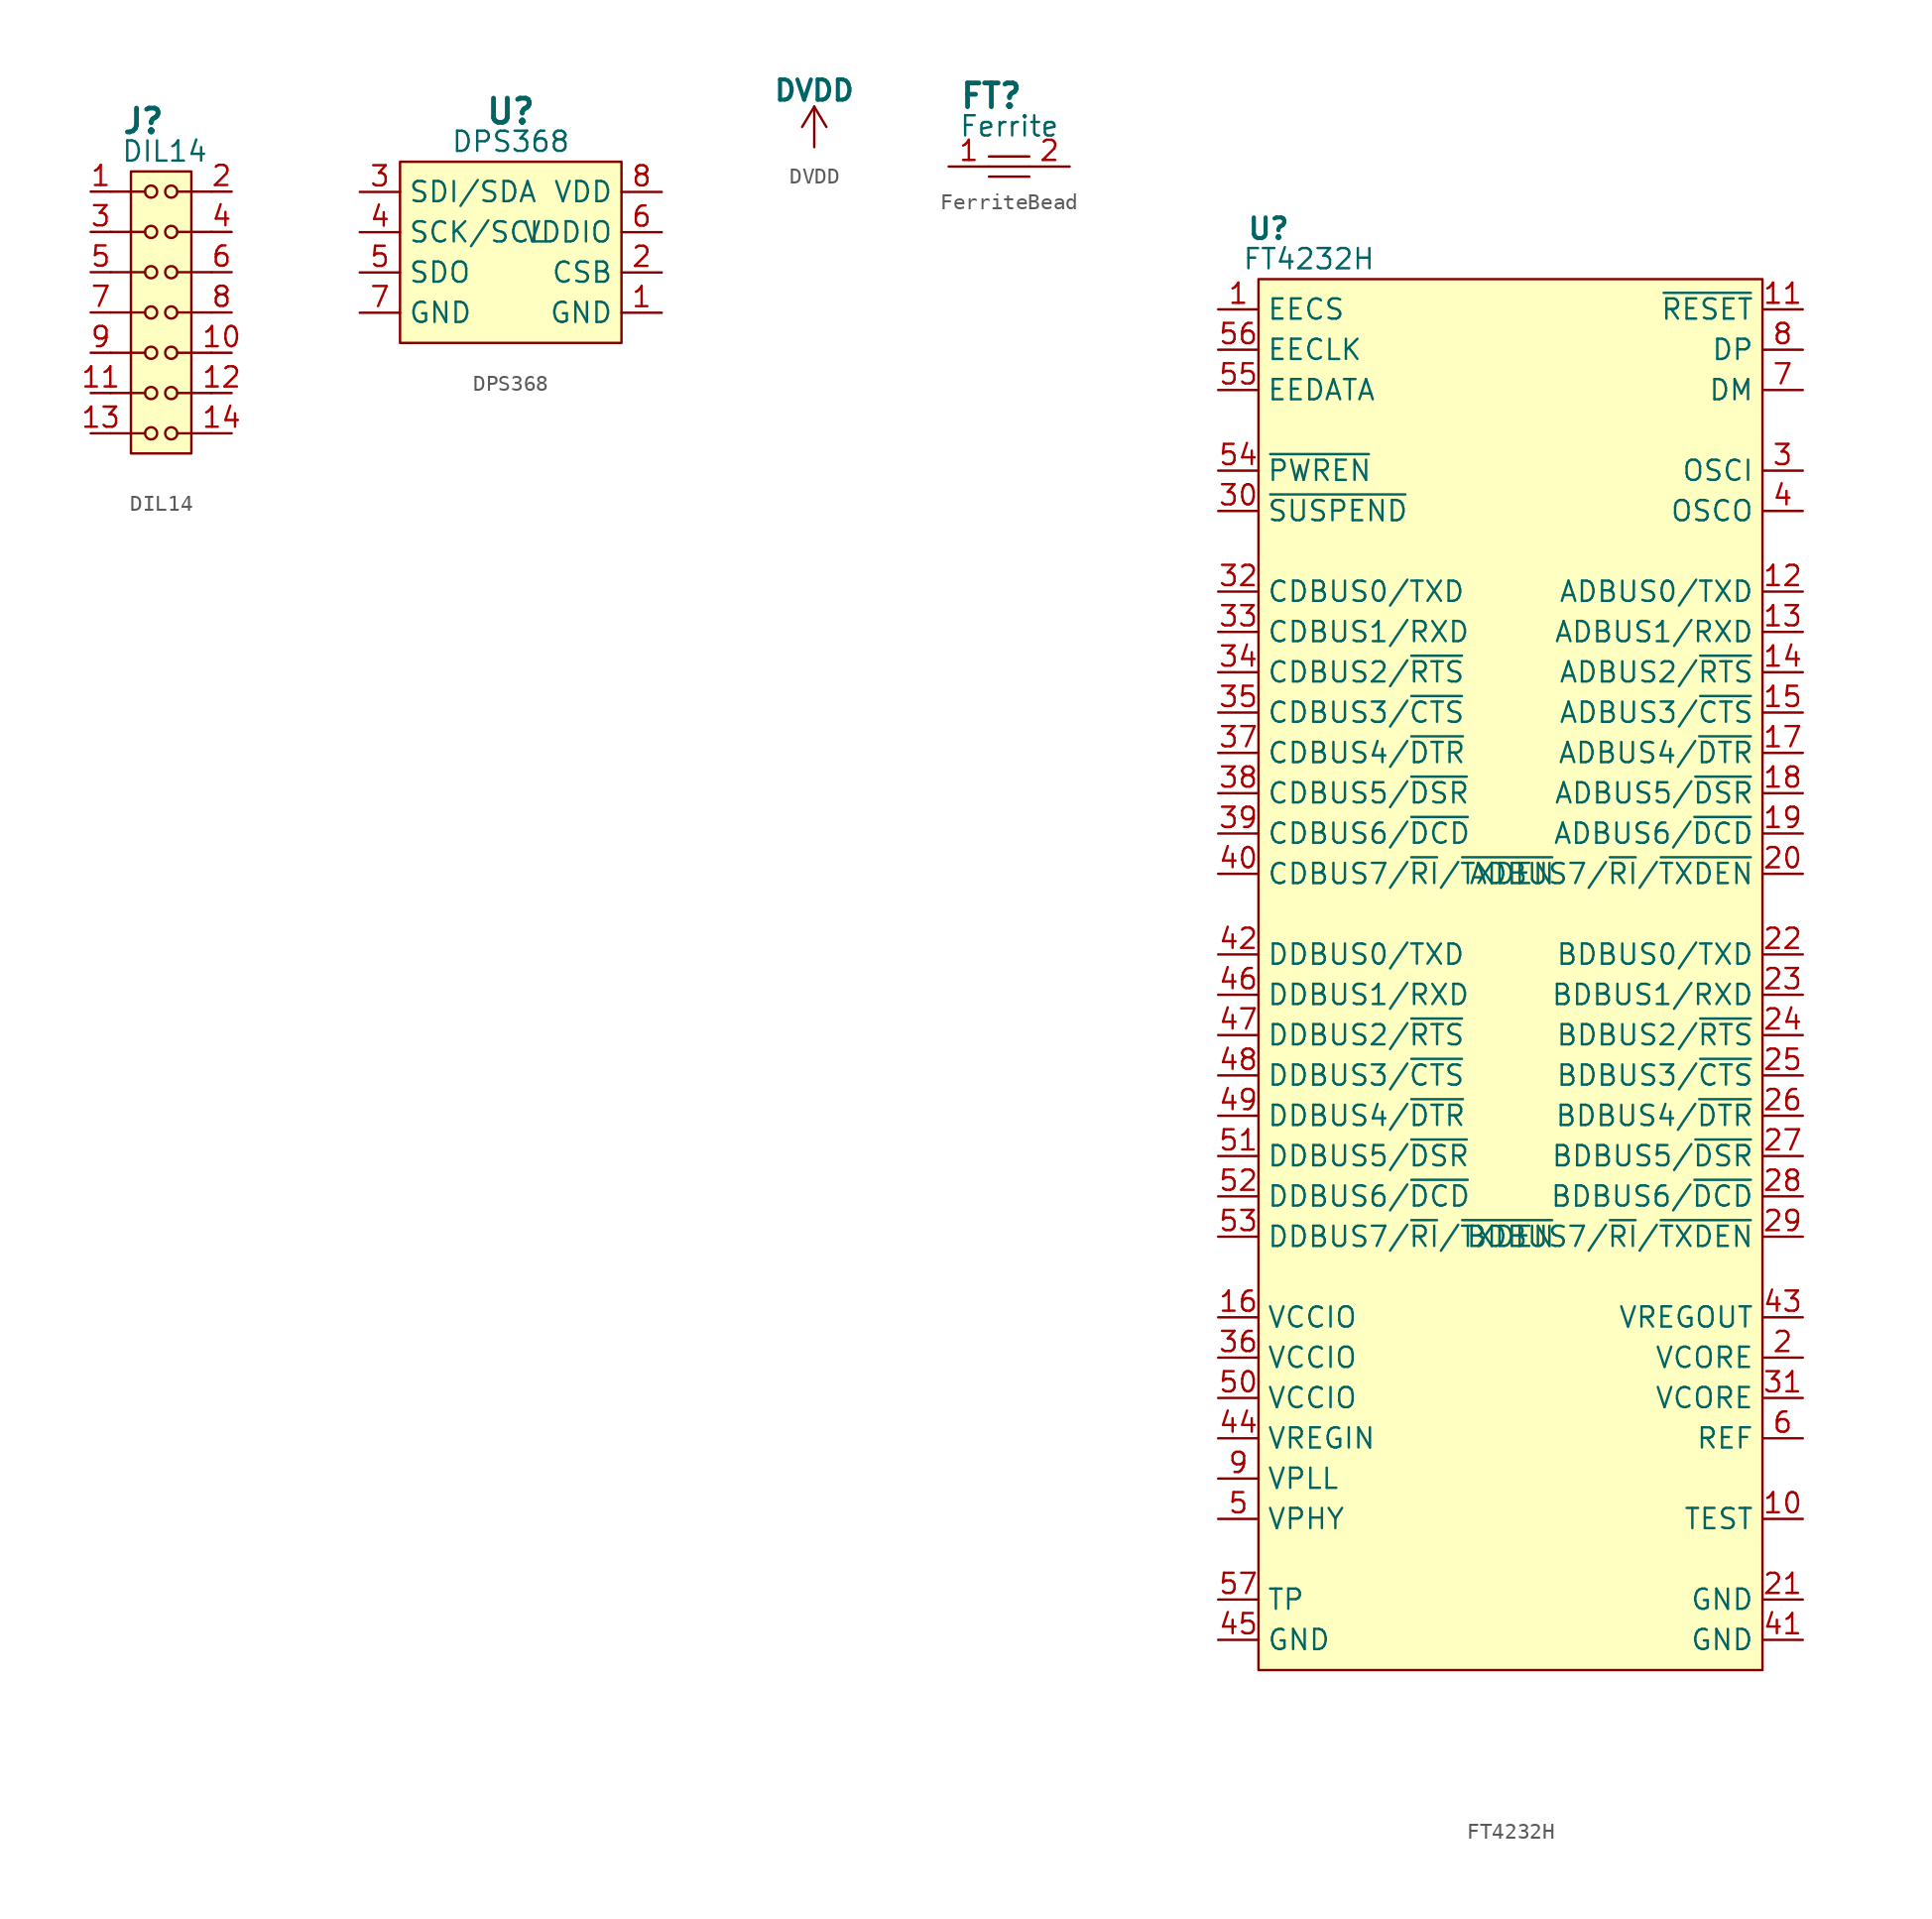
<source format=kicad_sym>
(kicad_symbol_lib
  (version 20231120)
  (generator "kicad_symbol_editor")
  (generator_version "8.0")
  (symbol "DIL14"
    (pin_names hide)
    (property "Reference" "J"
      (at -0.635 1.905 0)
      (effects (font (size 1.5 1.5) (bold yes)) (justify left)))
    (property "Value" "DIL14"
      (at -0.635 0 0)
      (effects (font (size 1.27 1.27)) (justify left)))
    (symbol "DIL14_0_0"
      (polyline (pts (xy -1.27 -17.78) (xy 0.889 -17.78)) (stroke (width 0) (type default)) (fill (type none)))
      (polyline (pts (xy -1.27 -15.24) (xy 0.889 -15.24)) (stroke (width 0) (type default)) (fill (type none)))
      (polyline (pts (xy -1.27 -12.7) (xy 0.889 -12.7)) (stroke (width 0) (type default)) (fill (type none)))
      (polyline (pts (xy -1.27 -10.16) (xy 0.889 -10.16)) (stroke (width 0) (type default)) (fill (type none)))
      (polyline (pts (xy -1.27 -7.62) (xy 0.889 -7.62)) (stroke (width 0) (type default)) (fill (type none)))
      (polyline (pts (xy -1.27 -5.08) (xy 0.889 -5.08)) (stroke (width 0) (type default)) (fill (type none)))
      (polyline (pts (xy -1.27 -2.54) (xy 0.889 -2.54)) (stroke (width 0) (type default)) (fill (type none)))
      (polyline (pts (xy 5.08 -17.78) (xy 2.921 -17.78)) (stroke (width 0) (type default)) (fill (type none)))
      (polyline (pts (xy 5.08 -15.24) (xy 2.921 -15.24)) (stroke (width 0) (type default)) (fill (type none)))
      (polyline (pts (xy 5.08 -12.7) (xy 2.921 -12.7)) (stroke (width 0) (type default)) (fill (type none)))
      (polyline (pts (xy 5.08 -10.16) (xy 2.921 -10.16)) (stroke (width 0) (type default)) (fill (type none)))
      (polyline (pts (xy 5.08 -7.62) (xy 2.921 -7.62)) (stroke (width 0) (type default)) (fill (type none)))
      (polyline (pts (xy 5.08 -5.08) (xy 2.921 -5.08)) (stroke (width 0) (type default)) (fill (type none)))
      (polyline (pts (xy 5.08 -2.54) (xy 2.921 -2.54)) (stroke (width 0) (type default)) (fill (type none))))
    (symbol "DIL14_1_0"
      (rectangle (start 0 -1.27) (end 3.81 -19.05) (stroke (width 0) (type default)) (fill (type background)))
      (circle (center 1.27 -17.78) (radius 0.381) (stroke (width 0) (type default)) (fill (type none)))
      (circle (center 1.27 -15.24) (radius 0.381) (stroke (width 0) (type default)) (fill (type none)))
      (circle (center 1.27 -12.7) (radius 0.381) (stroke (width 0) (type default)) (fill (type none)))
      (circle (center 1.27 -10.16) (radius 0.381) (stroke (width 0) (type default)) (fill (type none)))
      (circle (center 1.27 -7.62) (radius 0.381) (stroke (width 0) (type default)) (fill (type none)))
      (circle (center 1.27 -5.08) (radius 0.381) (stroke (width 0) (type default)) (fill (type none)))
      (circle (center 1.27 -2.54) (radius 0.381) (stroke (width 0) (type default)) (fill (type none)))
      (circle (center 2.54 -17.78) (radius 0.381) (stroke (width 0) (type default)) (fill (type none)))
      (circle (center 2.54 -15.24) (radius 0.381) (stroke (width 0) (type default)) (fill (type none)))
      (circle (center 2.54 -12.7) (radius 0.381) (stroke (width 0) (type default)) (fill (type none)))
      (circle (center 2.54 -10.16) (radius 0.381) (stroke (width 0) (type default)) (fill (type none)))
      (circle (center 2.54 -7.62) (radius 0.381) (stroke (width 0) (type default)) (fill (type none)))
      (circle (center 2.54 -5.08) (radius 0.381) (stroke (width 0) (type default)) (fill (type none)))
      (circle (center 2.54 -2.54) (radius 0.381) (stroke (width 0) (type default)) (fill (type none)))
      (pin passive line (at -2.54 -2.54 0) (length 1.27) (name "1" (effects (font (size 1.27 1.27)))) (number "1" (effects (font (size 1.27 1.27)))))
      (pin passive line (at 6.35 -12.7 180) (length 1.27) (name "10" (effects (font (size 1.27 1.27)))) (number "10" (effects (font (size 1.27 1.27)))))
      (pin passive line (at -2.54 -15.24 0) (length 1.27) (name "11" (effects (font (size 1.27 1.27)))) (number "11" (effects (font (size 1.27 1.27)))))
      (pin passive line (at 6.35 -15.24 180) (length 1.27) (name "12" (effects (font (size 1.27 1.27)))) (number "12" (effects (font (size 1.27 1.27)))))
      (pin passive line (at -2.54 -17.78 0) (length 1.27) (name "13" (effects (font (size 1.27 1.27)))) (number "13" (effects (font (size 1.27 1.27)))))
      (pin passive line (at 6.35 -17.78 180) (length 1.27) (name "14" (effects (font (size 1.27 1.27)))) (number "14" (effects (font (size 1.27 1.27)))))
      (pin passive line (at 6.35 -2.54 180) (length 1.27) (name "2" (effects (font (size 1.27 1.27)))) (number "2" (effects (font (size 1.27 1.27)))))
      (pin passive line (at -2.54 -5.08 0) (length 1.27) (name "3" (effects (font (size 1.27 1.27)))) (number "3" (effects (font (size 1.27 1.27)))))
      (pin passive line (at 6.35 -5.08 180) (length 1.27) (name "4" (effects (font (size 1.27 1.27)))) (number "4" (effects (font (size 1.27 1.27)))))
      (pin passive line (at -2.54 -7.62 0) (length 1.27) (name "5" (effects (font (size 1.27 1.27)))) (number "5" (effects (font (size 1.27 1.27)))))
      (pin passive line (at 6.35 -7.62 180) (length 1.27) (name "6" (effects (font (size 1.27 1.27)))) (number "6" (effects (font (size 1.27 1.27)))))
      (pin passive line (at -2.54 -10.16 0) (length 1.27) (name "7" (effects (font (size 1.27 1.27)))) (number "7" (effects (font (size 1.27 1.27)))))
      (pin passive line (at 6.35 -10.16 180) (length 1.27) (name "8" (effects (font (size 1.27 1.27)))) (number "8" (effects (font (size 1.27 1.27)))))
      (pin passive line (at -2.54 -12.7 0) (length 1.27) (name "9" (effects (font (size 1.27 1.27)))) (number "9" (effects (font (size 1.27 1.27)))))))
  (symbol "DPS368"
    (property "Reference" "U"
      (at 0 0 0)
      (effects (font (size 1.524 1.524) (bold yes))))
    (property "Value" "DPS368"
      (at 0 -1.905 0)
      (effects (font (size 1.27 1.27))))
    (symbol "DPS368_1_1"
      (rectangle (start -6.985 -3.175) (end 6.985 -14.605) (stroke (width 0) (type default)) (fill (type background)))
      (pin passive line (at 9.525 -12.7 180) (length 2.54) (name "GND" (effects (font (size 1.27 1.27)))) (number "1" (effects (font (size 1.27 1.27)))))
      (pin input line (at 9.525 -10.16 180) (length 2.54) (name "CSB" (effects (font (size 1.27 1.27)))) (number "2" (effects (font (size 1.27 1.27)))))
      (pin bidirectional line (at -9.525 -5.08 0) (length 2.54) (name "SDI/SDA" (effects (font (size 1.27 1.27)))) (number "3" (effects (font (size 1.27 1.27)))))
      (pin input line (at -9.525 -7.62 0) (length 2.54) (name "SCK/SCL" (effects (font (size 1.27 1.27)))) (number "4" (effects (font (size 1.27 1.27)))))
      (pin output line (at -9.525 -10.16 0) (length 2.54) (name "SDO" (effects (font (size 1.27 1.27)))) (number "5" (effects (font (size 1.27 1.27)))))
      (pin power_in line (at 9.525 -7.62 180) (length 2.54) (name "VDDIO" (effects (font (size 1.27 1.27)))) (number "6" (effects (font (size 1.27 1.27)))))
      (pin passive line (at -9.525 -12.7 0) (length 2.54) (name "GND" (effects (font (size 1.27 1.27)))) (number "7" (effects (font (size 1.27 1.27)))))
      (pin power_in line (at 9.525 -5.08 180) (length 2.54) (name "VDD" (effects (font (size 1.27 1.27)))) (number "8" (effects (font (size 1.27 1.27)))))))
  (symbol "DVDD"
    (power)
    (pin_names
      (offset 0))
    (property "Reference" "#PWR"
      (at 0 -3.81 0)
      (effects (font (size 1.27 1.27)) (hide yes)))
    (property "Value" "DVDD"
      (at 0 3.556 0)
      (effects (font (size 1.27 1.27) (bold yes))))
    (symbol "DVDD_0_1"
      (polyline (pts (xy -0.762 1.27) (xy 0 2.54)) (stroke (width 0) (type solid)) (fill (type none)))
      (polyline (pts (xy 0 0) (xy 0 2.54)) (stroke (width 0) (type solid)) (fill (type none)))
      (polyline (pts (xy 0 2.54) (xy 0.762 1.27)) (stroke (width 0) (type solid)) (fill (type none))))
    (symbol "DVDD_1_1"
      (pin power_in line (at 0 0 90) (length 0) hide (name "DVDD" (effects (font (size 1.27 1.27)))) (number "1" (effects (font (size 1.27 1.27)))))))
  (symbol "FerriteBead"
    (pin_names hide)
    (property "Reference" "FT"
      (at -2.54 0.635 0)
      (effects (font (size 1.5 1.5) (bold yes)) (justify left)))
    (property "Value" "Ferrite"
      (at -2.54 -1.27 0)
      (effects (font (size 1.27 1.27)) (justify left)))
    (symbol "FerriteBead_0_1"
      (polyline (pts (xy 1.905 -4.445) (xy -0.635 -4.445)) (stroke (width 0) (type default)) (fill (type none)))
      (polyline (pts (xy 1.905 -3.81) (xy -0.635 -3.81)) (stroke (width 0) (type default)) (fill (type none)))
      (polyline (pts (xy 1.905 -3.175) (xy -0.635 -3.175)) (stroke (width 0) (type default)) (fill (type none))))
    (symbol "FerriteBead_1_1"
      (pin bidirectional line (at -3.175 -3.81 0) (length 2.54) (name "1" (effects (font (size 1.27 1.27)))) (number "1" (effects (font (size 1.27 1.27)))))
      (pin bidirectional line (at 4.445 -3.81 180) (length 2.54) (name "2" (effects (font (size 1.27 1.27)))) (number "2" (effects (font (size 1.27 1.27)))))))
  (symbol "FT4232H"
    (property "Reference" "U"
      (at 0.635 -2.54 0)
      (effects (font (size 1.3 1.3) (bold yes))))
    (property "Value" "FT4232H"
      (at 3.175 -4.445 0)
      (effects (font (size 1.27 1.27))))
    (symbol "FT4232H_1_1"
      (rectangle (start 0 -5.715) (end 31.75 -93.345) (stroke (width 0) (type default)) (fill (type background)))
      (pin output line (at -2.54 -7.62 0) (length 2.54) (name "EECS" (effects (font (size 1.27 1.27)))) (number "1" (effects (font (size 1.27 1.27)))))
      (pin passive line (at 34.29 -83.82 180) (length 2.54) (name "TEST" (effects (font (size 1.27 1.27)))) (number "10" (effects (font (size 1.27 1.27)))))
      (pin input line (at 34.29 -7.62 180) (length 2.54) (name "~{RESET}" (effects (font (size 1.27 1.27)))) (number "11" (effects (font (size 1.27 1.27)))))
      (pin bidirectional line (at 34.29 -25.4 180) (length 2.54) (name "ADBUS0/TXD" (effects (font (size 1.27 1.27)))) (number "12" (effects (font (size 1.27 1.27)))))
      (pin bidirectional line (at 34.29 -27.94 180) (length 2.54) (name "ADBUS1/RXD" (effects (font (size 1.27 1.27)))) (number "13" (effects (font (size 1.27 1.27)))))
      (pin bidirectional line (at 34.29 -30.48 180) (length 2.54) (name "ADBUS2/~{RTS}" (effects (font (size 1.27 1.27)))) (number "14" (effects (font (size 1.27 1.27)))))
      (pin bidirectional line (at 34.29 -33.02 180) (length 2.54) (name "ADBUS3/~{CTS}" (effects (font (size 1.27 1.27)))) (number "15" (effects (font (size 1.27 1.27)))))
      (pin power_in line (at -2.54 -71.12 0) (length 2.54) (name "VCCIO" (effects (font (size 1.27 1.27)))) (number "16" (effects (font (size 1.27 1.27)))))
      (pin bidirectional line (at 34.29 -35.56 180) (length 2.54) (name "ADBUS4/~{DTR}" (effects (font (size 1.27 1.27)))) (number "17" (effects (font (size 1.27 1.27)))))
      (pin bidirectional line (at 34.29 -38.1 180) (length 2.54) (name "ADBUS5/~{DSR}" (effects (font (size 1.27 1.27)))) (number "18" (effects (font (size 1.27 1.27)))))
      (pin bidirectional line (at 34.29 -40.64 180) (length 2.54) (name "ADBUS6/~{DCD}" (effects (font (size 1.27 1.27)))) (number "19" (effects (font (size 1.27 1.27)))))
      (pin power_in line (at 34.29 -73.66 180) (length 2.54) (name "VCORE" (effects (font (size 1.27 1.27)))) (number "2" (effects (font (size 1.27 1.27)))))
      (pin bidirectional line (at 34.29 -43.18 180) (length 2.54) (name "ADBUS7/~{RI}/~{TXDEN}" (effects (font (size 1.27 1.27)))) (number "20" (effects (font (size 1.27 1.27)))))
      (pin passive line (at 34.29 -88.9 180) (length 2.54) (name "GND" (effects (font (size 1.27 1.27)))) (number "21" (effects (font (size 1.27 1.27)))))
      (pin bidirectional line (at 34.29 -48.26 180) (length 2.54) (name "BDBUS0/TXD" (effects (font (size 1.27 1.27)))) (number "22" (effects (font (size 1.27 1.27)))))
      (pin bidirectional line (at 34.29 -50.8 180) (length 2.54) (name "BDBUS1/RXD" (effects (font (size 1.27 1.27)))) (number "23" (effects (font (size 1.27 1.27)))))
      (pin bidirectional line (at 34.29 -53.34 180) (length 2.54) (name "BDBUS2/~{RTS}" (effects (font (size 1.27 1.27)))) (number "24" (effects (font (size 1.27 1.27)))))
      (pin bidirectional line (at 34.29 -55.88 180) (length 2.54) (name "BDBUS3/~{CTS}" (effects (font (size 1.27 1.27)))) (number "25" (effects (font (size 1.27 1.27)))))
      (pin bidirectional line (at 34.29 -58.42 180) (length 2.54) (name "BDBUS4/~{DTR}" (effects (font (size 1.27 1.27)))) (number "26" (effects (font (size 1.27 1.27)))))
      (pin bidirectional line (at 34.29 -60.96 180) (length 2.54) (name "BDBUS5/~{DSR}" (effects (font (size 1.27 1.27)))) (number "27" (effects (font (size 1.27 1.27)))))
      (pin bidirectional line (at 34.29 -63.5 180) (length 2.54) (name "BDBUS6/~{DCD}" (effects (font (size 1.27 1.27)))) (number "28" (effects (font (size 1.27 1.27)))))
      (pin bidirectional line (at 34.29 -66.04 180) (length 2.54) (name "BDBUS7/~{RI}/~{TXDEN}" (effects (font (size 1.27 1.27)))) (number "29" (effects (font (size 1.27 1.27)))))
      (pin input line (at 34.29 -17.78 180) (length 2.54) (name "OSCI" (effects (font (size 1.27 1.27)))) (number "3" (effects (font (size 1.27 1.27)))))
      (pin output line (at -2.54 -20.32 0) (length 2.54) (name "~{SUSPEND}" (effects (font (size 1.27 1.27)))) (number "30" (effects (font (size 1.27 1.27)))))
      (pin power_in line (at 34.29 -76.2 180) (length 2.54) (name "VCORE" (effects (font (size 1.27 1.27)))) (number "31" (effects (font (size 1.27 1.27)))))
      (pin bidirectional line (at -2.54 -25.4 0) (length 2.54) (name "CDBUS0/TXD" (effects (font (size 1.27 1.27)))) (number "32" (effects (font (size 1.27 1.27)))))
      (pin bidirectional line (at -2.54 -27.94 0) (length 2.54) (name "CDBUS1/RXD" (effects (font (size 1.27 1.27)))) (number "33" (effects (font (size 1.27 1.27)))))
      (pin bidirectional line (at -2.54 -30.48 0) (length 2.54) (name "CDBUS2/~{RTS}" (effects (font (size 1.27 1.27)))) (number "34" (effects (font (size 1.27 1.27)))))
      (pin bidirectional line (at -2.54 -33.02 0) (length 2.54) (name "CDBUS3/~{CTS}" (effects (font (size 1.27 1.27)))) (number "35" (effects (font (size 1.27 1.27)))))
      (pin power_in line (at -2.54 -73.66 0) (length 2.54) (name "VCCIO" (effects (font (size 1.27 1.27)))) (number "36" (effects (font (size 1.27 1.27)))))
      (pin bidirectional line (at -2.54 -35.56 0) (length 2.54) (name "CDBUS4/~{DTR}" (effects (font (size 1.27 1.27)))) (number "37" (effects (font (size 1.27 1.27)))))
      (pin bidirectional line (at -2.54 -38.1 0) (length 2.54) (name "CDBUS5/~{DSR}" (effects (font (size 1.27 1.27)))) (number "38" (effects (font (size 1.27 1.27)))))
      (pin bidirectional line (at -2.54 -40.64 0) (length 2.54) (name "CDBUS6/~{DCD}" (effects (font (size 1.27 1.27)))) (number "39" (effects (font (size 1.27 1.27)))))
      (pin output line (at 34.29 -20.32 180) (length 2.54) (name "OSCO" (effects (font (size 1.27 1.27)))) (number "4" (effects (font (size 1.27 1.27)))))
      (pin bidirectional line (at -2.54 -43.18 0) (length 2.54) (name "CDBUS7/~{RI}/~{TXDEN}" (effects (font (size 1.27 1.27)))) (number "40" (effects (font (size 1.27 1.27)))))
      (pin passive line (at 34.29 -91.44 180) (length 2.54) (name "GND" (effects (font (size 1.27 1.27)))) (number "41" (effects (font (size 1.27 1.27)))))
      (pin bidirectional line (at -2.54 -48.26 0) (length 2.54) (name "DDBUS0/TXD" (effects (font (size 1.27 1.27)))) (number "42" (effects (font (size 1.27 1.27)))))
      (pin power_out line (at 34.29 -71.12 180) (length 2.54) (name "VREGOUT" (effects (font (size 1.27 1.27)))) (number "43" (effects (font (size 1.27 1.27)))))
      (pin power_in line (at -2.54 -78.74 0) (length 2.54) (name "VREGIN" (effects (font (size 1.27 1.27)))) (number "44" (effects (font (size 1.27 1.27)))))
      (pin passive line (at -2.54 -91.44 0) (length 2.54) (name "GND" (effects (font (size 1.27 1.27)))) (number "45" (effects (font (size 1.27 1.27)))))
      (pin bidirectional line (at -2.54 -50.8 0) (length 2.54) (name "DDBUS1/RXD" (effects (font (size 1.27 1.27)))) (number "46" (effects (font (size 1.27 1.27)))))
      (pin bidirectional line (at -2.54 -53.34 0) (length 2.54) (name "DDBUS2/~{RTS}" (effects (font (size 1.27 1.27)))) (number "47" (effects (font (size 1.27 1.27)))))
      (pin bidirectional line (at -2.54 -55.88 0) (length 2.54) (name "DDBUS3/~{CTS}" (effects (font (size 1.27 1.27)))) (number "48" (effects (font (size 1.27 1.27)))))
      (pin bidirectional line (at -2.54 -58.42 0) (length 2.54) (name "DDBUS4/~{DTR}" (effects (font (size 1.27 1.27)))) (number "49" (effects (font (size 1.27 1.27)))))
      (pin power_in line (at -2.54 -83.82 0) (length 2.54) (name "VPHY" (effects (font (size 1.27 1.27)))) (number "5" (effects (font (size 1.27 1.27)))))
      (pin power_in line (at -2.54 -76.2 0) (length 2.54) (name "VCCIO" (effects (font (size 1.27 1.27)))) (number "50" (effects (font (size 1.27 1.27)))))
      (pin bidirectional line (at -2.54 -60.96 0) (length 2.54) (name "DDBUS5/~{DSR}" (effects (font (size 1.27 1.27)))) (number "51" (effects (font (size 1.27 1.27)))))
      (pin bidirectional line (at -2.54 -63.5 0) (length 2.54) (name "DDBUS6/~{DCD}" (effects (font (size 1.27 1.27)))) (number "52" (effects (font (size 1.27 1.27)))))
      (pin bidirectional line (at -2.54 -66.04 0) (length 2.54) (name "DDBUS7/~{RI}/~{TXDEN}" (effects (font (size 1.27 1.27)))) (number "53" (effects (font (size 1.27 1.27)))))
      (pin bidirectional line (at -2.54 -17.78 0) (length 2.54) (name "~{PWREN}" (effects (font (size 1.27 1.27)))) (number "54" (effects (font (size 1.27 1.27)))))
      (pin bidirectional line (at -2.54 -12.7 0) (length 2.54) (name "EEDATA" (effects (font (size 1.27 1.27)))) (number "55" (effects (font (size 1.27 1.27)))))
      (pin output line (at -2.54 -10.16 0) (length 2.54) (name "EECLK" (effects (font (size 1.27 1.27)))) (number "56" (effects (font (size 1.27 1.27)))))
      (pin passive line (at -2.54 -88.9 0) (length 2.54) (name "TP" (effects (font (size 1.27 1.27)))) (number "57" (effects (font (size 1.27 1.27)))))
      (pin passive line (at 34.29 -78.74 180) (length 2.54) (name "REF" (effects (font (size 1.27 1.27)))) (number "6" (effects (font (size 1.27 1.27)))))
      (pin bidirectional line (at 34.29 -12.7 180) (length 2.54) (name "DM" (effects (font (size 1.27 1.27)))) (number "7" (effects (font (size 1.27 1.27)))))
      (pin bidirectional line (at 34.29 -10.16 180) (length 2.54) (name "DP" (effects (font (size 1.27 1.27)))) (number "8" (effects (font (size 1.27 1.27)))))
      (pin power_in line (at -2.54 -81.28 0) (length 2.54) (name "VPLL" (effects (font (size 1.27 1.27)))) (number "9" (effects (font (size 1.27 1.27))))))))
</source>
